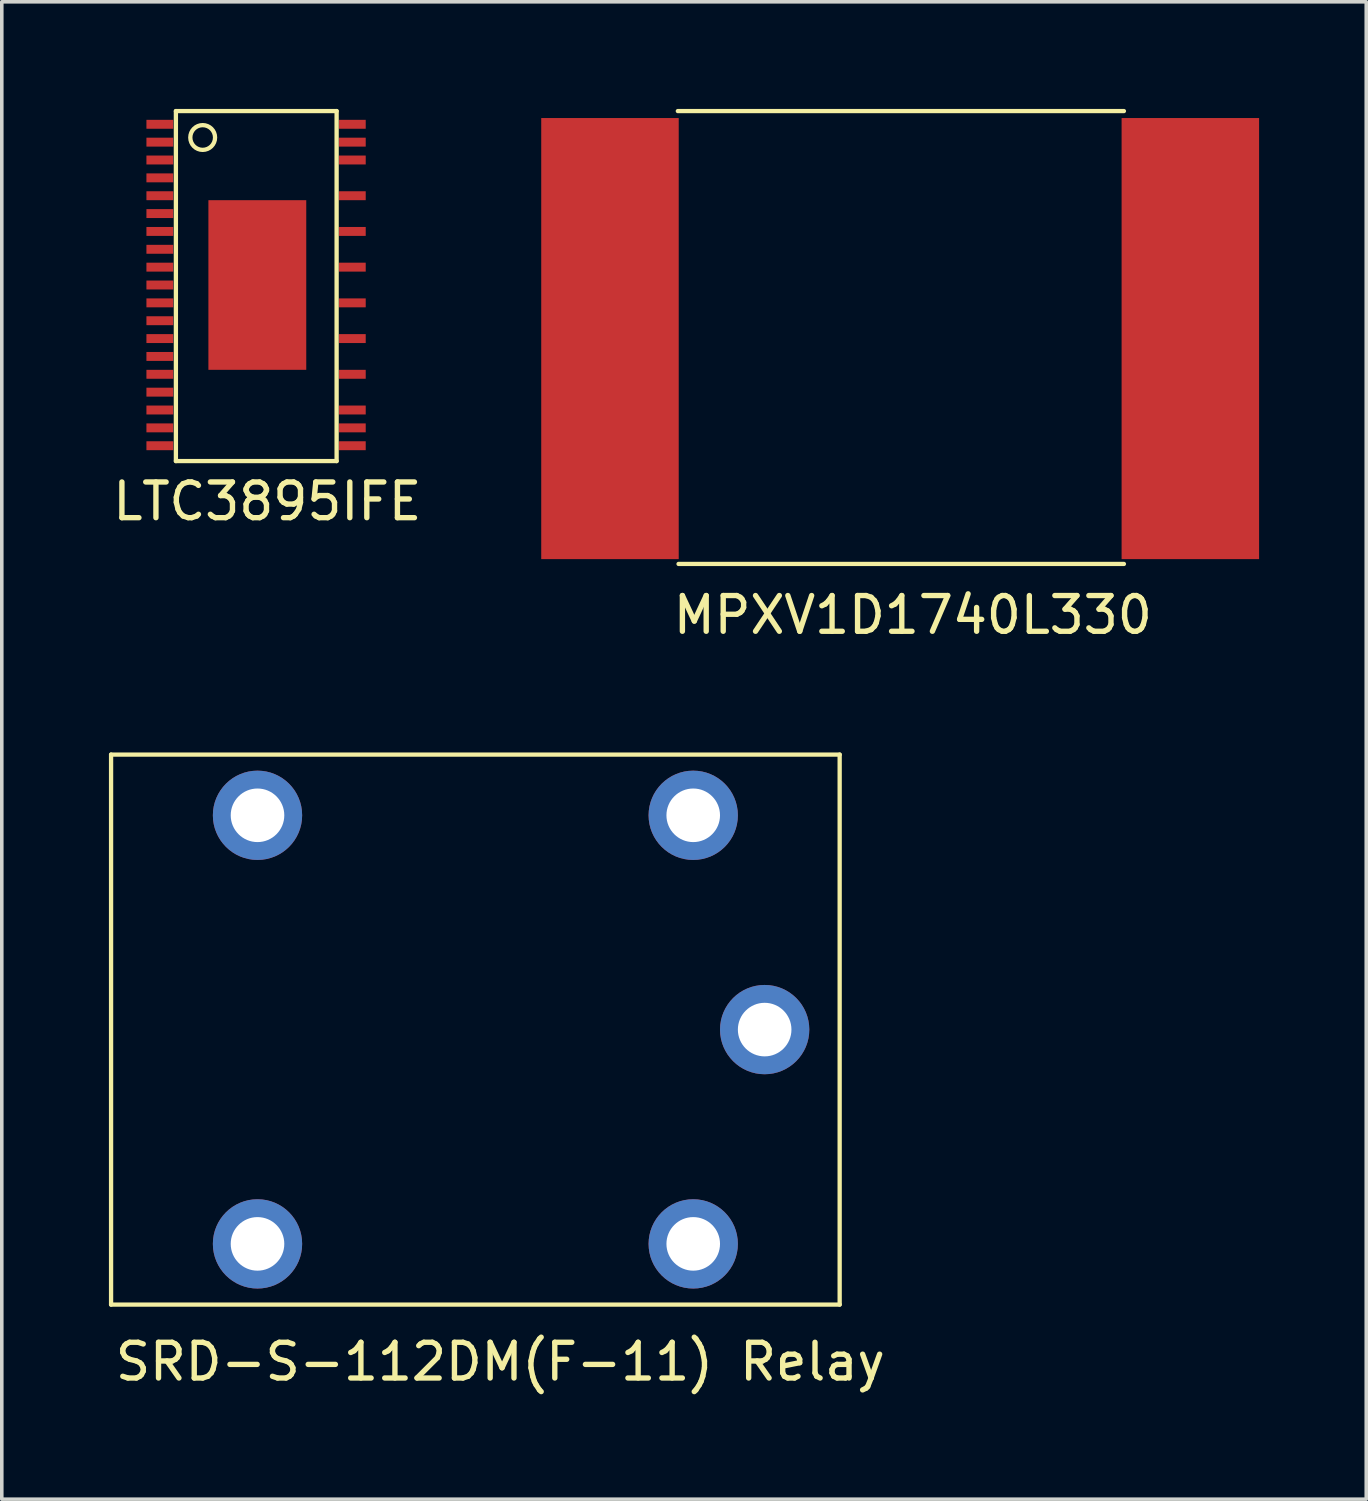
<source format=kicad_pcb>
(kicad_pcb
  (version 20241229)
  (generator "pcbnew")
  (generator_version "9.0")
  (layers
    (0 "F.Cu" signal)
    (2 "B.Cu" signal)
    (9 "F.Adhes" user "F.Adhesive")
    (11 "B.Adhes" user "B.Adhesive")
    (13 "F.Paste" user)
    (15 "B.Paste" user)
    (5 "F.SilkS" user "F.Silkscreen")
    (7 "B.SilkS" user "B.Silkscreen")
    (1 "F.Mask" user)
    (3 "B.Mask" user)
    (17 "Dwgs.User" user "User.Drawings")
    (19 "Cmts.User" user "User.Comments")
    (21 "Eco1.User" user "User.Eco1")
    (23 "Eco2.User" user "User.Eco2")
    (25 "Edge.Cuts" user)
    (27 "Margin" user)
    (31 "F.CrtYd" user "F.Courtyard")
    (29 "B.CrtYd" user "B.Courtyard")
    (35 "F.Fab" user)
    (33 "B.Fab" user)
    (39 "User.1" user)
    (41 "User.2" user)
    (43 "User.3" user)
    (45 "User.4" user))
  (footprint "MPXV1D1740L330"
    (layer "F.Cu")
    (at 12.119 12.64)
    (property "Reference" "MPXV1D1740L330" (at 10.39 1.53 0) (layer "F.SilkS") (effects (font (size 1 1) (thickness 0.15))))
    (attr through_hole)
    (fp_line (start 3.81 -12.58) (end 16.3 -12.58) (stroke (width 0.12) (type solid)) (layer "F.SilkS"))
    (fp_line (start 3.83 0.1) (end 16.3 0.1) (stroke (width 0.12) (type solid)) (layer "F.SilkS"))
    (pad "1" smd rect (at 1.91 -6.21) (size 3.85 12.35) (layers "F.Cu" "F.Mask" "F.Paste"))
    (pad "2" smd rect (at 18.16 -6.21) (size 3.85 12.35) (layers "F.Cu" "F.Mask" "F.Paste")))
  (footprint "LTC3895IFE"
    (layer "F.Cu")
    (at 1.875 9.86)
    (property "Reference" "LTC3895IFE" (at 2.56 1.13 0) (layer "F.SilkS") (effects (font (size 1 1) (thickness 0.15))))
    (attr through_hole)
    (fp_line (start 0 -9.8) (end 4.5 -9.8) (stroke (width 0.12) (type solid)) (layer "F.SilkS"))
    (fp_line (start 0 0) (end 0 -9.8) (stroke (width 0.12) (type solid)) (layer "F.SilkS"))
    (fp_line (start 4.5 -9.8) (end 4.5 0) (stroke (width 0.12) (type solid)) (layer "F.SilkS"))
    (fp_line (start 4.5 0) (end 0 0) (stroke (width 0.12) (type solid)) (layer "F.SilkS"))
    (fp_circle (center 0.75 -9.06) (end 0.94 -8.77) (stroke (width 0.12) (type solid)) (fill no) (layer "F.SilkS"))
    (pad "1" smd rect (at -0.45 -9.43) (size 0.75 0.25) (layers "F.Cu" "F.Mask" "F.Paste"))
    (pad "2" smd rect (at -0.45 -8.93) (size 0.75 0.25) (layers "F.Cu" "F.Mask" "F.Paste"))
    (pad "3" smd rect (at -0.45 -8.43) (size 0.75 0.25) (layers "F.Cu" "F.Mask" "F.Paste"))
    (pad "4" smd rect (at -0.45 -7.93) (size 0.75 0.25) (layers "F.Cu" "F.Mask" "F.Paste"))
    (pad "5" smd rect (at -0.45 -7.43) (size 0.75 0.25) (layers "F.Cu" "F.Mask" "F.Paste"))
    (pad "6" smd rect (at -0.45 -6.93) (size 0.75 0.25) (layers "F.Cu" "F.Mask" "F.Paste"))
    (pad "7" smd rect (at -0.45 -6.43) (size 0.75 0.25) (layers "F.Cu" "F.Mask" "F.Paste"))
    (pad "8" smd rect (at -0.45 -5.93) (size 0.75 0.25) (layers "F.Cu" "F.Mask" "F.Paste"))
    (pad "9" smd rect (at -0.45 -5.43) (size 0.75 0.25) (layers "F.Cu" "F.Mask" "F.Paste"))
    (pad "10" smd rect (at -0.45 -4.93) (size 0.75 0.25) (layers "F.Cu" "F.Mask" "F.Paste"))
    (pad "11" smd rect (at -0.45 -4.43) (size 0.75 0.25) (layers "F.Cu" "F.Mask" "F.Paste"))
    (pad "12" smd rect (at -0.45 -3.93) (size 0.75 0.25) (layers "F.Cu" "F.Mask" "F.Paste"))
    (pad "13" smd rect (at -0.45 -3.43) (size 0.75 0.25) (layers "F.Cu" "F.Mask" "F.Paste"))
    (pad "14" smd rect (at -0.45 -2.93) (size 0.75 0.25) (layers "F.Cu" "F.Mask" "F.Paste"))
    (pad "15" smd rect (at -0.45 -2.43) (size 0.75 0.25) (layers "F.Cu" "F.Mask" "F.Paste"))
    (pad "16" smd rect (at -0.45 -1.93) (size 0.75 0.25) (layers "F.Cu" "F.Mask" "F.Paste"))
    (pad "17" smd rect (at -0.45 -1.43) (size 0.75 0.25) (layers "F.Cu" "F.Mask" "F.Paste"))
    (pad "18" smd rect (at -0.45 -0.93) (size 0.75 0.25) (layers "F.Cu" "F.Mask" "F.Paste"))
    (pad "19" smd rect (at -0.45 -0.43) (size 0.75 0.25) (layers "F.Cu" "F.Mask" "F.Paste"))
    (pad "20" smd rect (at 4.94 -0.43) (size 0.75 0.25) (layers "F.Cu" "F.Mask" "F.Paste"))
    (pad "21" smd rect (at 4.94 -0.93) (size 0.75 0.25) (layers "F.Cu" "F.Mask" "F.Paste"))
    (pad "22" smd rect (at 4.94 -1.43) (size 0.75 0.25) (layers "F.Cu" "F.Mask" "F.Paste"))
    (pad "24" smd rect (at 4.94 -2.43) (size 0.75 0.25) (layers "F.Cu" "F.Mask" "F.Paste"))
    (pad "26" smd rect (at 4.94 -3.43) (size 0.75 0.25) (layers "F.Cu" "F.Mask" "F.Paste"))
    (pad "28" smd rect (at 4.94 -4.43) (size 0.75 0.25) (layers "F.Cu" "F.Mask" "F.Paste"))
    (pad "30" smd rect (at 4.94 -5.43) (size 0.75 0.25) (layers "F.Cu" "F.Mask" "F.Paste"))
    (pad "32" smd rect (at 4.94 -6.43) (size 0.75 0.25) (layers "F.Cu" "F.Mask" "F.Paste"))
    (pad "34" smd rect (at 4.94 -7.43) (size 0.75 0.25) (layers "F.Cu" "F.Mask" "F.Paste"))
    (pad "36" smd rect (at 4.94 -8.43) (size 0.75 0.25) (layers "F.Cu" "F.Mask" "F.Paste"))
    (pad "37" smd rect (at 4.94 -8.93) (size 0.75 0.25) (layers "F.Cu" "F.Mask" "F.Paste"))
    (pad "38" smd rect (at 4.94 -9.43) (size 0.75 0.25) (layers "F.Cu" "F.Mask" "F.Paste"))
    (pad "39" smd rect (at 2.28 -4.93) (size 2.74 4.75) (layers "F.Cu" "F.Mask" "F.Paste")))
  (footprint "SRD-S-112DM(F-11) Relay"
    (layer "F.Cu")
    (at 4.16 31.778)
    (property "Reference" "SRD-S-112DM(F-11) Relay" (at 6.8 3.3 0) (layer "F.SilkS") (effects (font (size 1 1) (thickness 0.15))))
    (attr through_hole)
    (fp_line (start -4.1 -13.7) (end -4.1 1.7) (stroke (width 0.12) (type solid)) (layer "F.SilkS"))
    (fp_line (start -4.1 1.7) (end 16.3 1.7) (stroke (width 0.12) (type solid)) (layer "F.SilkS"))
    (fp_line (start 16.3 -13.7) (end -4.1 -13.7) (stroke (width 0.12) (type solid)) (layer "F.SilkS"))
    (fp_line (start 16.3 1.7) (end 16.3 -13.7) (stroke (width 0.12) (type solid)) (layer "F.SilkS"))
    (pad "1" thru_hole circle (at 0 0) (size 2.5 2.5) (drill 1.5) (layers "*.Cu" "*.Mask"))
    (pad "2" thru_hole circle (at 0 -12) (size 2.5 2.5) (drill 1.5) (layers "*.Cu" "*.Mask"))
    (pad "3" thru_hole circle (at 12.2 -12) (size 2.5 2.5) (drill 1.5) (layers "*.Cu" "*.Mask"))
    (pad "4" thru_hole circle (at 12.2 0) (size 2.5 2.5) (drill 1.5) (layers "*.Cu" "*.Mask"))
    (pad "5" thru_hole circle (at 14.2 -6) (size 2.5 2.5) (drill 1.5) (layers "*.Cu" "*.Mask")))
  (gr_rect
    (start -3 -3)
    (end 35.204 38.926)
    (stroke (width 0.1) (type default))
    (fill no)
    (layer "Edge.Cuts")))
</source>
